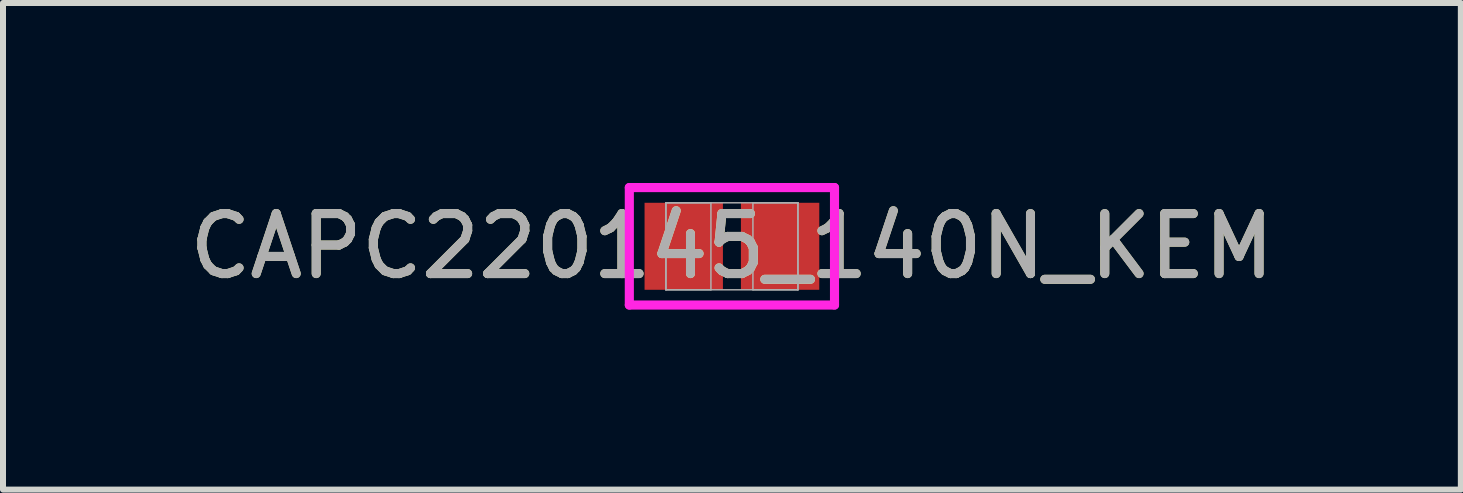
<source format=kicad_pcb>
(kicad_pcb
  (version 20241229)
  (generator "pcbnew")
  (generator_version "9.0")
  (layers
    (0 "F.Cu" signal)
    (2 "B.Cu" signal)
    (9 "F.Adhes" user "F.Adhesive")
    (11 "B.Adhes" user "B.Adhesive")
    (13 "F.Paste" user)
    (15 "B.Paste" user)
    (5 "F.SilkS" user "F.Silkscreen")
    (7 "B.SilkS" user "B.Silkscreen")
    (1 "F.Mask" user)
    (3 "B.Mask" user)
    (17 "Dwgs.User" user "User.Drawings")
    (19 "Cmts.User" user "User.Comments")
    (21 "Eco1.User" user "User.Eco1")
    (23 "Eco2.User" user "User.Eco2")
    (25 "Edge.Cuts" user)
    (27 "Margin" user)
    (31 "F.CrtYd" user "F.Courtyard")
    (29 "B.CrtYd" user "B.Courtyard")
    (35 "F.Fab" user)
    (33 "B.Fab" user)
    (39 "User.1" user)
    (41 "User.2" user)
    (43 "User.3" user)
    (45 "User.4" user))
  (footprint "CAPC220145_140N_KEM"
    (layer "F.Cu")
    (at 9.149 1.055)
    (property "Reference" "CAPC220145_140N_KEM" (at 0 0 0) (unlocked yes) (layer "F.SilkS") (effects (font (size 1 1) (thickness 0.15))))
    (attr smd)
    (fp_line (start -1.71 -0.979) (end 1.71 -0.979) (stroke (width 0.152) (type solid)) (layer "F.CrtYd"))
    (fp_line (start -1.71 0.979) (end -1.71 -0.979) (stroke (width 0.152) (type solid)) (layer "F.CrtYd"))
    (fp_line (start 1.71 -0.979) (end 1.71 0.979) (stroke (width 0.152) (type solid)) (layer "F.CrtYd"))
    (fp_line (start 1.71 0.979) (end -1.71 0.979) (stroke (width 0.152) (type solid)) (layer "F.CrtYd"))
    (fp_line (start -1.1 -0.725) (end -1.1 0.725) (stroke (width 0.025) (type solid)) (layer "F.Fab"))
    (fp_line (start -1.1 -0.725) (end -1.1 0.725) (stroke (width 0.025) (type solid)) (layer "F.Fab"))
    (fp_line (start -1.1 0.725) (end -0.35 0.725) (stroke (width 0.025) (type solid)) (layer "F.Fab"))
    (fp_line (start -1.1 0.725) (end 1.1 0.725) (stroke (width 0.025) (type solid)) (layer "F.Fab"))
    (fp_line (start -0.35 -0.725) (end -1.1 -0.725) (stroke (width 0.025) (type solid)) (layer "F.Fab"))
    (fp_line (start -0.35 0.725) (end -0.35 -0.725) (stroke (width 0.025) (type solid)) (layer "F.Fab"))
    (fp_line (start 0.35 -0.725) (end 0.35 0.725) (stroke (width 0.025) (type solid)) (layer "F.Fab"))
    (fp_line (start 0.35 0.725) (end 1.1 0.725) (stroke (width 0.025) (type solid)) (layer "F.Fab"))
    (fp_line (start 1.1 -0.725) (end -1.1 -0.725) (stroke (width 0.025) (type solid)) (layer "F.Fab"))
    (fp_line (start 1.1 -0.725) (end 0.35 -0.725) (stroke (width 0.025) (type solid)) (layer "F.Fab"))
    (fp_line (start 1.1 0.725) (end 1.1 -0.725) (stroke (width 0.025) (type solid)) (layer "F.Fab"))
    (fp_line (start 1.1 0.725) (end 1.1 -0.725) (stroke (width 0.025) (type solid)) (layer "F.Fab"))
    (fp_text user "${REFERENCE}" (at 0 0 0) (unlocked yes) (layer "F.Fab") (effects (font (size 1 1) (thickness 0.15))))
    (pad "1" smd rect (at -0.803 0) (size 1.306 1.45) (layers "F.Cu" "F.Mask" "F.Paste"))
    (pad "2" smd rect (at 0.803 0) (size 1.306 1.45) (layers "F.Cu" "F.Mask" "F.Paste"))
    (zone (net_name "") (layer "F.Cu") (hatch full 0.508) (connect_pads) (min_thickness 0.254) (filled_areas_thickness no) (keepout (tracks not_allowed) (vias not_allowed) (pads allowed) (copperpour not_allowed) (footprints allowed)) (placement (enabled no)) (fill) (polygon (pts (xy 9.05 0.381) (xy 9.248 0.381) (xy 9.248 1.729) (xy 9.05 1.729)))))
  (gr_rect
    (start -3 -3)
    (end 21.298 5.11)
    (stroke (width 0.1) (type default))
    (fill no)
    (layer "Edge.Cuts")))
</source>
